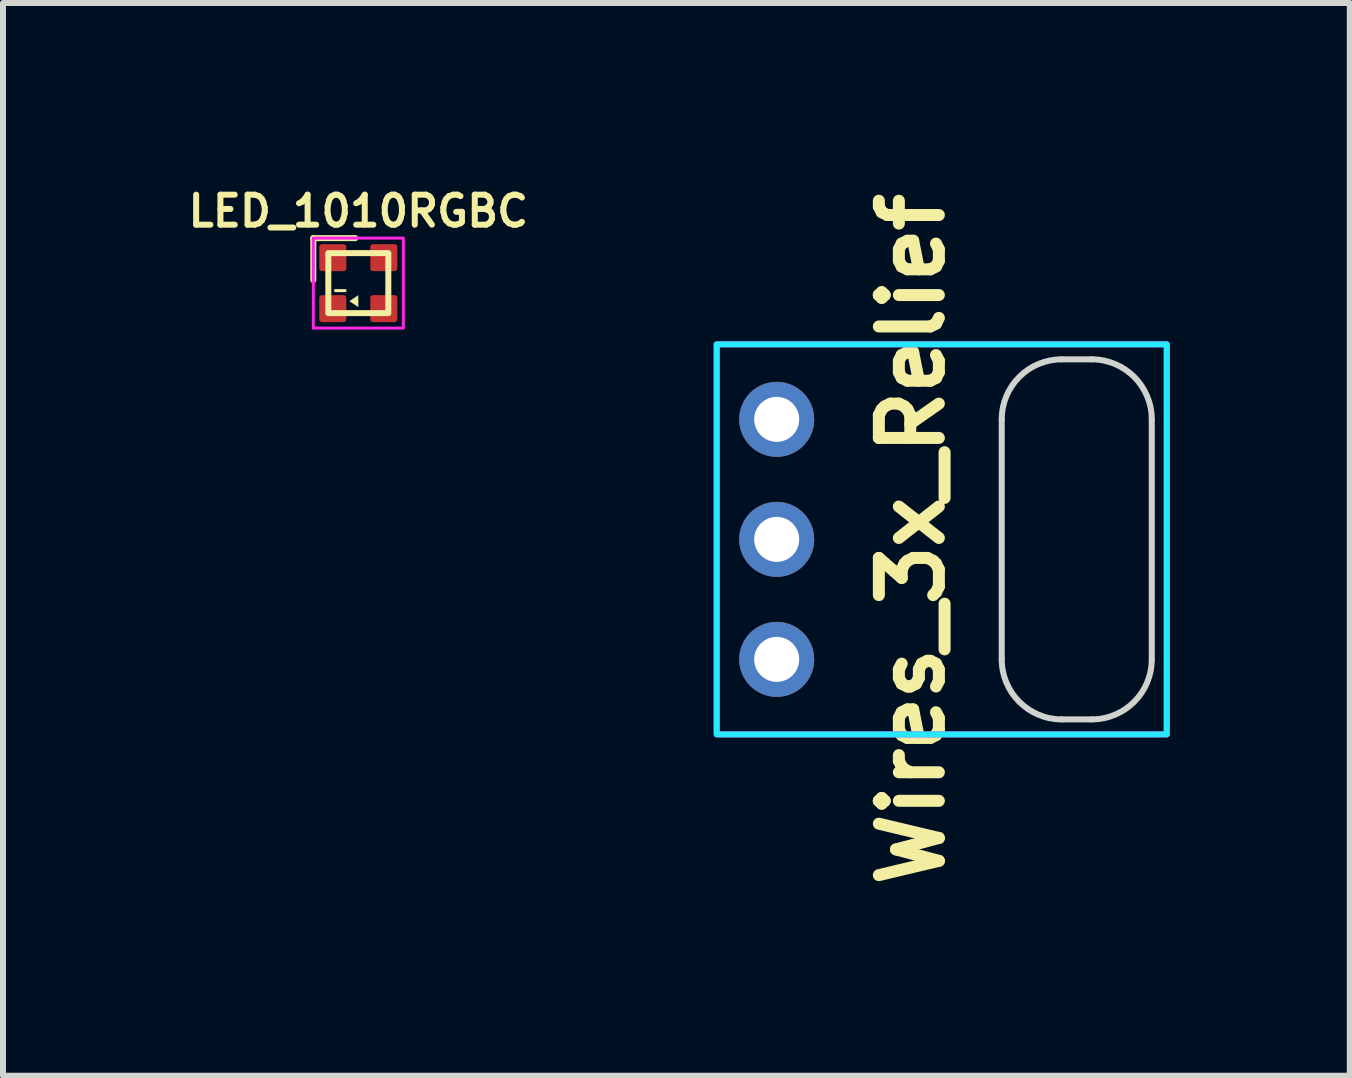
<source format=kicad_pcb>
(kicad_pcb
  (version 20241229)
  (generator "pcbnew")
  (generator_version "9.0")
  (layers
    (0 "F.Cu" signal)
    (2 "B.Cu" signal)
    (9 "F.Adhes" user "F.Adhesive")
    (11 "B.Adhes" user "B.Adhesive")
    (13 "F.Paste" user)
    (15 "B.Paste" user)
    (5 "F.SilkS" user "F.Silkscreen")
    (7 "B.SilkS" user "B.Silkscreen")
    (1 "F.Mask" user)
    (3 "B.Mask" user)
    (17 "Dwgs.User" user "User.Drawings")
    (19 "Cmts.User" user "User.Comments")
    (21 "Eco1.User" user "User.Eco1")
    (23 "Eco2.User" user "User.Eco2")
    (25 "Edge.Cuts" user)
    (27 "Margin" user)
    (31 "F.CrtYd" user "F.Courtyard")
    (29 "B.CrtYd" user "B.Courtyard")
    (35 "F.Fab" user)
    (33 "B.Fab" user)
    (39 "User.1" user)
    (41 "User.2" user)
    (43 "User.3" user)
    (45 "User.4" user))
  (footprint "Wires_3x_Relief"
    (layer "F.Cu")
    (at 9.893 5.938)
    (property "Reference" "Wires_3x_Relief" (at 2.25 0 90) (unlocked yes) (layer "F.SilkS") (effects (font (size 1 1) (thickness 0.2) (bold yes))))
    (attr through_hole)
    (fp_line (start 3.75 -2) (end 3.75 2) (stroke (width 0.1) (type default)) (layer "Edge.Cuts"))
    (fp_line (start 4.75 3) (end 5.25 3) (stroke (width 0.1) (type default)) (layer "Edge.Cuts"))
    (fp_line (start 4.75 -3) (end 5.25 -3) (stroke (width 0.1) (type default)) (layer "Edge.Cuts"))
    (fp_line (start 6.25 -2) (end 6.25 2) (stroke (width 0.1) (type default)) (layer "Edge.Cuts"))
    (fp_arc (start 3.75 -2) (mid 4.042893 -2.707106) (end 4.75 -3) (stroke (width 0.1) (type default)) (layer "Edge.Cuts"))
    (fp_arc (start 4.75 3) (mid 4.042894 2.707107) (end 3.75 2) (stroke (width 0.1) (type default)) (layer "Edge.Cuts"))
    (fp_arc (start 5.25 -2.999998) (mid 5.957106 -2.707105) (end 6.25 -1.999998) (stroke (width 0.1) (type default)) (layer "Edge.Cuts"))
    (fp_arc (start 6.249998 2.000002) (mid 5.957105 2.707108) (end 5.249998 3.000002) (stroke (width 0.1) (type default)) (layer "Edge.Cuts"))
    (fp_rect (start -1 -3.25) (end 6.5 3.25) (stroke (width 0.1) (type default)) (fill no) (layer "B.CrtYd"))
    (fp_rect (start -1 -3.25) (end 6.5 3.25) (stroke (width 0.1) (type default)) (fill no) (layer "F.CrtYd"))
    (pad "1" thru_hole circle (at 0 -2) (size 1.25 1.25) (drill 0.75) (layers "*.Cu" "*.Mask"))
    (pad "2" thru_hole circle (at 0 0) (size 1.25 1.25) (drill 0.75) (layers "*.Cu" "*.Mask"))
    (pad "3" thru_hole circle (at 0 2) (size 1.25 1.25) (drill 0.75) (layers "*.Cu" "*.Mask")))
  (footprint "LED_1010RGBC"
    (layer "F.Cu")
    (at 2.921 1.668)
    (property "Reference" "LED_1010RGBC" (at 0 -1.2 0) (unlocked yes) (layer "F.SilkS") (effects (font (size 0.5 0.5) (thickness 0.1) (bold yes))))
    (attr smd)
    (fp_line (start -0.75 -0.75) (end -0.05 -0.75) (stroke (width 0.1) (type default)) (layer "F.SilkS"))
    (fp_line (start -0.75 -0.05) (end -0.75 -0.75) (stroke (width 0.1) (type default)) (layer "F.SilkS"))
    (fp_rect (start -0.5 -0.5) (end 0.5 0.5) (stroke (width 0.1) (type default)) (fill no) (layer "F.SilkS"))
    (fp_rect (start -0.4 0.1) (end -0.2 0.15) (stroke (width 0) (type solid)) (fill yes) (layer "F.SilkS"))
    (fp_poly (pts (xy -0.15 0.3) (xy 0 0.2) (xy 0 0.4)) (stroke (width 0) (type solid)) (fill yes) (layer "F.SilkS"))
    (fp_rect (start -0.75 -0.75) (end 0.75 0.75) (stroke (width 0.05) (type default)) (fill no) (layer "F.CrtYd"))
    (pad "1" smd roundrect (at -0.425 -0.425) (size 0.45 0.45) (layers "F.Cu" "F.Mask" "F.Paste") (roundrect_rratio 0.1))
    (pad "2" smd roundrect (at 0.425 -0.425) (size 0.45 0.45) (layers "F.Cu" "F.Mask" "F.Paste") (roundrect_rratio 0.1))
    (pad "3" smd roundrect (at -0.425 0.425) (size 0.45 0.45) (layers "F.Cu" "F.Mask" "F.Paste") (roundrect_rratio 0.1))
    (pad "4" smd roundrect (at 0.425 0.425) (size 0.45 0.45) (layers "F.Cu" "F.Mask" "F.Paste") (roundrect_rratio 0.1)))
  (gr_rect
    (start -3 -3)
    (end 19.443 14.876)
    (stroke (width 0.1) (type default))
    (fill no)
    (layer "Edge.Cuts")))
</source>
